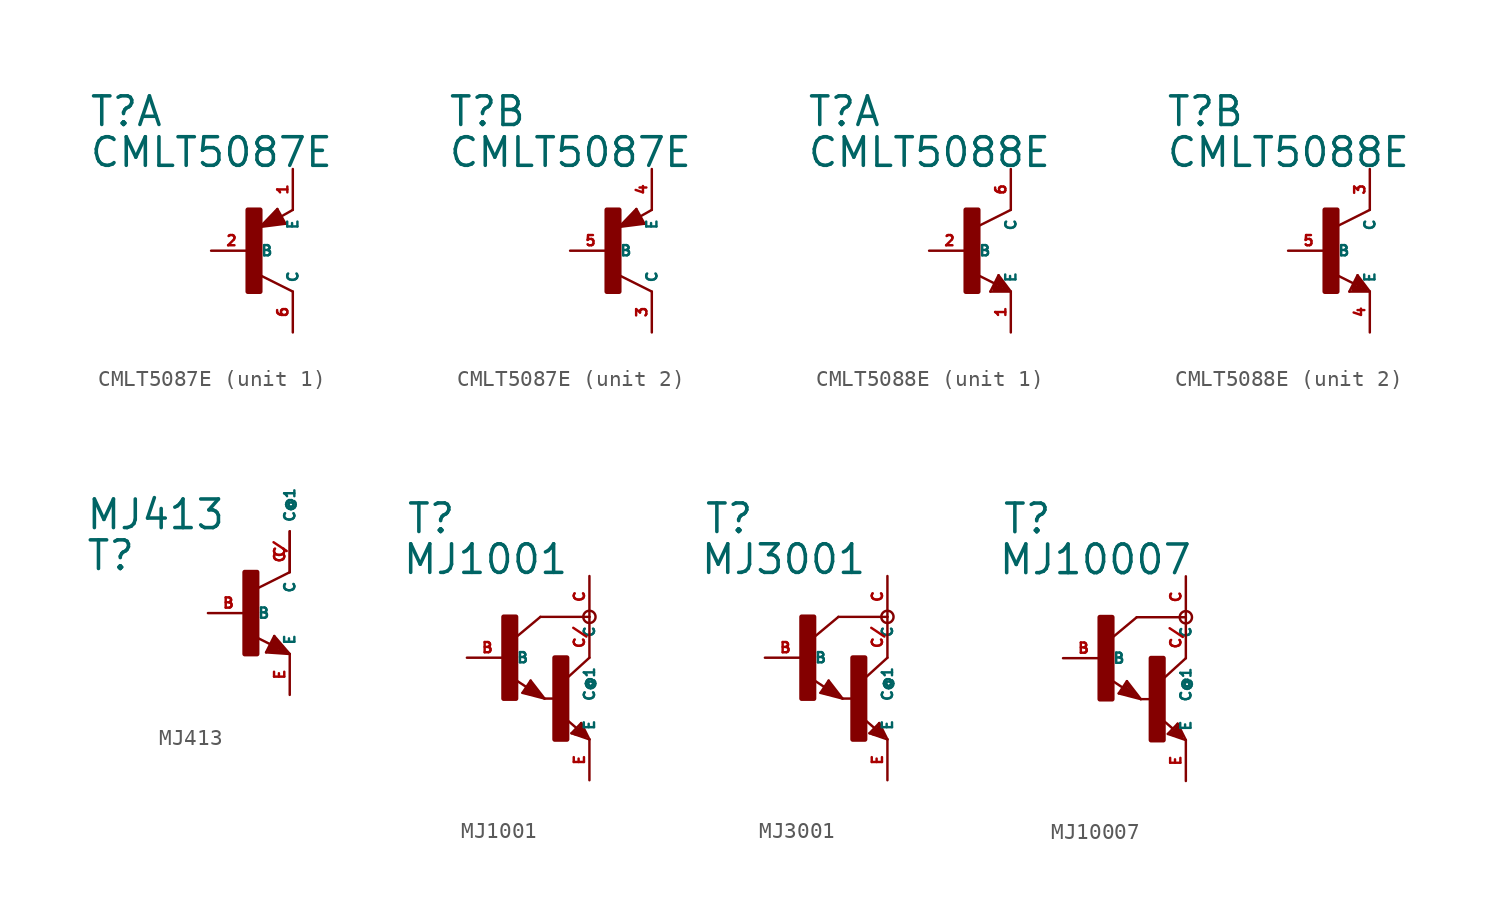
<source format=kicad_sym>
(kicad_symbol_lib
  (version 20220914)
  (generator Eagle2Kicad)
  (symbol "CMLT5087E"
    (property "Reference" "T"
      (at -10.16 7.62 0)
      (effects (font (size 1.778 1.778) (thickness 0.22)) (justify left bottom)))
    (property "Value" "CMLT5087E"
      (at -10.16 5.08 0)
      (effects (font (size 1.778 1.778) (thickness 0.22)) (justify left bottom)))
    (symbol "CMLT5087E_1_0"
      (polyline (pts (xy 2.086 1.678) (xy 1.578 2.594)) (stroke (width 0.152) (type default)) (fill (type none)))
      (polyline (pts (xy 1.578 2.594) (xy 0.516 1.478)) (stroke (width 0.152) (type default)) (fill (type none)))
      (polyline (pts (xy 0.516 1.478) (xy 2.086 1.678)) (stroke (width 0.152) (type default)) (fill (type none)))
      (polyline (pts (xy 2.54 2.54) (xy 1.808 2.124)) (stroke (width 0.152) (type default)) (fill (type none)))
      (polyline (pts (xy 2.54 -2.54) (xy 0.508 -1.524)) (stroke (width 0.152) (type default)) (fill (type none)))
      (polyline (pts (xy 1.905 1.778) (xy 1.524 2.413)) (stroke (width 0.254) (type default)) (fill (type none)))
      (polyline (pts (xy 1.524 2.413) (xy 0.762 1.651)) (stroke (width 0.254) (type default)) (fill (type none)))
      (polyline (pts (xy 0.762 1.651) (xy 1.778 1.778)) (stroke (width 0.254) (type default)) (fill (type none)))
      (polyline (pts (xy 1.778 1.778) (xy 1.524 2.159)) (stroke (width 0.254) (type default)) (fill (type none)))
      (polyline (pts (xy 1.524 2.159) (xy 1.143 1.905)) (stroke (width 0.254) (type default)) (fill (type none)))
      (polyline (pts (xy 1.143 1.905) (xy 1.524 1.905)) (stroke (width 0.254) (type default)) (fill (type none)))
      (rectangle (start -0.254 -2.54) (end 0.508 2.54) (stroke (width 0.3) (type default)) (fill (type outline)))
      (pin passive line (at -2.54 0 0) (length 2.54) (name "B" (effects (font (size 0.635 0.635) (thickness 0.08)) (justify left bottom))) (number "2" (effects (font (size 0.635 0.635) (thickness 0.08)) (justify left bottom))))
      (pin passive line (at 2.54 5.08 270) (length 2.54) (name "E" (effects (font (size 0.635 0.635) (thickness 0.08)) (justify left bottom))) (number "1" (effects (font (size 0.635 0.635) (thickness 0.08)) (justify left bottom))))
      (pin passive line (at 2.54 -5.08 90) (length 2.54) (name "C" (effects (font (size 0.635 0.635) (thickness 0.08)) (justify left bottom))) (number "6" (effects (font (size 0.635 0.635) (thickness 0.08)) (justify left bottom)))))
    (symbol "CMLT5087E_2_0"
      (polyline (pts (xy 2.086 1.678) (xy 1.578 2.594)) (stroke (width 0.152) (type default)) (fill (type none)))
      (polyline (pts (xy 1.578 2.594) (xy 0.516 1.478)) (stroke (width 0.152) (type default)) (fill (type none)))
      (polyline (pts (xy 0.516 1.478) (xy 2.086 1.678)) (stroke (width 0.152) (type default)) (fill (type none)))
      (polyline (pts (xy 2.54 2.54) (xy 1.808 2.124)) (stroke (width 0.152) (type default)) (fill (type none)))
      (polyline (pts (xy 2.54 -2.54) (xy 0.508 -1.524)) (stroke (width 0.152) (type default)) (fill (type none)))
      (polyline (pts (xy 1.905 1.778) (xy 1.524 2.413)) (stroke (width 0.254) (type default)) (fill (type none)))
      (polyline (pts (xy 1.524 2.413) (xy 0.762 1.651)) (stroke (width 0.254) (type default)) (fill (type none)))
      (polyline (pts (xy 0.762 1.651) (xy 1.778 1.778)) (stroke (width 0.254) (type default)) (fill (type none)))
      (polyline (pts (xy 1.778 1.778) (xy 1.524 2.159)) (stroke (width 0.254) (type default)) (fill (type none)))
      (polyline (pts (xy 1.524 2.159) (xy 1.143 1.905)) (stroke (width 0.254) (type default)) (fill (type none)))
      (polyline (pts (xy 1.143 1.905) (xy 1.524 1.905)) (stroke (width 0.254) (type default)) (fill (type none)))
      (rectangle (start -0.254 -2.54) (end 0.508 2.54) (stroke (width 0.3) (type default)) (fill (type outline)))
      (pin passive line (at -2.54 0 0) (length 2.54) (name "B" (effects (font (size 0.635 0.635) (thickness 0.08)) (justify left bottom))) (number "5" (effects (font (size 0.635 0.635) (thickness 0.08)) (justify left bottom))))
      (pin passive line (at 2.54 5.08 270) (length 2.54) (name "E" (effects (font (size 0.635 0.635) (thickness 0.08)) (justify left bottom))) (number "4" (effects (font (size 0.635 0.635) (thickness 0.08)) (justify left bottom))))
      (pin passive line (at 2.54 -5.08 90) (length 2.54) (name "C" (effects (font (size 0.635 0.635) (thickness 0.08)) (justify left bottom))) (number "3" (effects (font (size 0.635 0.635) (thickness 0.08)) (justify left bottom))))))
  (symbol "CMLT5088E"
    (property "Reference" "T"
      (at -10.16 7.62 0)
      (effects (font (size 1.778 1.778) (thickness 0.22)) (justify left bottom)))
    (property "Value" "CMLT5088E"
      (at -10.16 5.08 0)
      (effects (font (size 1.778 1.778) (thickness 0.22)) (justify left bottom)))
    (symbol "CMLT5088E_1_0"
      (polyline (pts (xy 2.54 2.54) (xy 0.508 1.524)) (stroke (width 0.152) (type default)) (fill (type none)))
      (polyline (pts (xy 1.778 -1.524) (xy 2.54 -2.54)) (stroke (width 0.152) (type default)) (fill (type none)))
      (polyline (pts (xy 2.54 -2.54) (xy 1.27 -2.54)) (stroke (width 0.152) (type default)) (fill (type none)))
      (polyline (pts (xy 1.27 -2.54) (xy 1.778 -1.524)) (stroke (width 0.152) (type default)) (fill (type none)))
      (polyline (pts (xy 1.54 -2.04) (xy 0.308 -1.424)) (stroke (width 0.152) (type default)) (fill (type none)))
      (polyline (pts (xy 1.524 -2.413) (xy 2.286 -2.413)) (stroke (width 0.254) (type default)) (fill (type none)))
      (polyline (pts (xy 2.286 -2.413) (xy 1.778 -1.778)) (stroke (width 0.254) (type default)) (fill (type none)))
      (polyline (pts (xy 1.778 -1.778) (xy 1.524 -2.286)) (stroke (width 0.254) (type default)) (fill (type none)))
      (polyline (pts (xy 1.524 -2.286) (xy 1.905 -2.286)) (stroke (width 0.254) (type default)) (fill (type none)))
      (polyline (pts (xy 1.905 -2.286) (xy 1.778 -2.032)) (stroke (width 0.254) (type default)) (fill (type none)))
      (rectangle (start -0.254 -2.54) (end 0.508 2.54) (stroke (width 0.3) (type default)) (fill (type outline)))
      (pin passive line (at -2.54 0 0) (length 2.54) (name "B" (effects (font (size 0.635 0.635) (thickness 0.08)) (justify left bottom))) (number "2" (effects (font (size 0.635 0.635) (thickness 0.08)) (justify left bottom))))
      (pin passive line (at 2.54 -5.08 90) (length 2.54) (name "E" (effects (font (size 0.635 0.635) (thickness 0.08)) (justify left bottom))) (number "1" (effects (font (size 0.635 0.635) (thickness 0.08)) (justify left bottom))))
      (pin passive line (at 2.54 5.08 270) (length 2.54) (name "C" (effects (font (size 0.635 0.635) (thickness 0.08)) (justify left bottom))) (number "6" (effects (font (size 0.635 0.635) (thickness 0.08)) (justify left bottom)))))
    (symbol "CMLT5088E_2_0"
      (polyline (pts (xy 2.54 2.54) (xy 0.508 1.524)) (stroke (width 0.152) (type default)) (fill (type none)))
      (polyline (pts (xy 1.778 -1.524) (xy 2.54 -2.54)) (stroke (width 0.152) (type default)) (fill (type none)))
      (polyline (pts (xy 2.54 -2.54) (xy 1.27 -2.54)) (stroke (width 0.152) (type default)) (fill (type none)))
      (polyline (pts (xy 1.27 -2.54) (xy 1.778 -1.524)) (stroke (width 0.152) (type default)) (fill (type none)))
      (polyline (pts (xy 1.54 -2.04) (xy 0.308 -1.424)) (stroke (width 0.152) (type default)) (fill (type none)))
      (polyline (pts (xy 1.524 -2.413) (xy 2.286 -2.413)) (stroke (width 0.254) (type default)) (fill (type none)))
      (polyline (pts (xy 2.286 -2.413) (xy 1.778 -1.778)) (stroke (width 0.254) (type default)) (fill (type none)))
      (polyline (pts (xy 1.778 -1.778) (xy 1.524 -2.286)) (stroke (width 0.254) (type default)) (fill (type none)))
      (polyline (pts (xy 1.524 -2.286) (xy 1.905 -2.286)) (stroke (width 0.254) (type default)) (fill (type none)))
      (polyline (pts (xy 1.905 -2.286) (xy 1.778 -2.032)) (stroke (width 0.254) (type default)) (fill (type none)))
      (rectangle (start -0.254 -2.54) (end 0.508 2.54) (stroke (width 0.3) (type default)) (fill (type outline)))
      (pin passive line (at -2.54 0 0) (length 2.54) (name "B" (effects (font (size 0.635 0.635) (thickness 0.08)) (justify left bottom))) (number "5" (effects (font (size 0.635 0.635) (thickness 0.08)) (justify left bottom))))
      (pin passive line (at 2.54 -5.08 90) (length 2.54) (name "E" (effects (font (size 0.635 0.635) (thickness 0.08)) (justify left bottom))) (number "4" (effects (font (size 0.635 0.635) (thickness 0.08)) (justify left bottom))))
      (pin passive line (at 2.54 5.08 270) (length 2.54) (name "C" (effects (font (size 0.635 0.635) (thickness 0.08)) (justify left bottom))) (number "3" (effects (font (size 0.635 0.635) (thickness 0.08)) (justify left bottom))))))
  (symbol "MJ413"
    (property "Reference" "T"
      (at -10.16 2.54 0)
      (effects (font (size 1.778 1.778) (thickness 0.22)) (justify left bottom)))
    (property "Value" "MJ413"
      (at -10.16 5.08 0)
      (effects (font (size 1.778 1.778) (thickness 0.22)) (justify left bottom)))
    (polyline
      (pts (xy 2.54 2.54) (xy 0.508 1.524))
      (stroke (width 0.152) (type default))
      (fill (type none)))
    (polyline
      (pts (xy 1.578 -1.424) (xy 2.54 -2.54))
      (stroke (width 0.152) (type default))
      (fill (type none)))
    (polyline
      (pts (xy 2.54 -2.54) (xy 1.07 -2.44))
      (stroke (width 0.152) (type default))
      (fill (type none)))
    (polyline
      (pts (xy 1.07 -2.44) (xy 1.578 -1.424))
      (stroke (width 0.152) (type default))
      (fill (type none)))
    (polyline
      (pts (xy 1.34 -1.94) (xy 0.108 -1.324))
      (stroke (width 0.152) (type default))
      (fill (type none)))
    (polyline
      (pts (xy 2.286 -2.413) (xy 1.651 -1.651))
      (stroke (width 0.254) (type default))
      (fill (type none)))
    (polyline
      (pts (xy 1.651 -1.651) (xy 1.27 -2.286))
      (stroke (width 0.254) (type default))
      (fill (type none)))
    (polyline
      (pts (xy 1.27 -2.286) (xy 2.159 -2.413))
      (stroke (width 0.254) (type default))
      (fill (type none)))
    (polyline
      (pts (xy 2.159 -2.413) (xy 1.651 -1.905))
      (stroke (width 0.254) (type default))
      (fill (type none)))
    (polyline
      (pts (xy 1.651 -1.905) (xy 1.524 -2.159))
      (stroke (width 0.254) (type default))
      (fill (type none)))
    (polyline
      (pts (xy 1.524 -2.159) (xy 1.778 -2.159))
      (stroke (width 0.254) (type default))
      (fill (type none)))
    (rectangle
      (start -0.254 -2.54)
      (end 0.508 2.54)
      (stroke (width 0.3) (type default))
      (fill (type outline)))
    (pin passive line
      (at -2.54 0 0)
      (length 2.54)
      (name "B" (effects (font (size 0.635 0.635) (thickness 0.08)) (justify left bottom)))
      (number "B" (effects (font (size 0.635 0.635) (thickness 0.08)) (justify left bottom))))
    (pin passive line
      (at 2.54 -5.08 90)
      (length 2.54)
      (name "E" (effects (font (size 0.635 0.635) (thickness 0.08)) (justify left bottom)))
      (number "E" (effects (font (size 0.635 0.635) (thickness 0.08)) (justify left bottom))))
    (pin passive line
      (at 2.54 5.08 270)
      (length 2.54)
      (name "C" (effects (font (size 0.635 0.635) (thickness 0.08)) (justify left bottom)))
      (number "C" (effects (font (size 0.635 0.635) (thickness 0.08)) (justify left bottom))))
    (pin passive line
      (at 2.54 2.54 90)
      (length 2.54)
      (name "C@1" (effects (font (size 0.635 0.635) (thickness 0.08)) (justify left bottom)))
      (number "C/" (effects (font (size 0.635 0.635) (thickness 0.08)) (justify left bottom)))))
  (symbol "MJ1001"
    (property "Reference" "T"
      (at -6.35 7.62 0)
      (effects (font (size 1.778 1.778) (thickness 0.22)) (justify left bottom)))
    (property "Value" "MJ1001"
      (at -6.604 5.08 0)
      (effects (font (size 1.778 1.778) (thickness 0.22)) (justify left bottom)))
    (polyline
      (pts (xy 5.08 2.54) (xy 2.032 2.54))
      (stroke (width 0.152) (type default))
      (fill (type none)))
    (polyline
      (pts (xy 1.424 -1.424) (xy 2.286 -2.54))
      (stroke (width 0.152) (type default))
      (fill (type none)))
    (polyline
      (pts (xy 2.921 -2.54) (xy 2.286 -2.54))
      (stroke (width 0.152) (type default))
      (fill (type none)))
    (polyline
      (pts (xy 0.916 -2.186) (xy 1.424 -1.424))
      (stroke (width 0.152) (type default))
      (fill (type none)))
    (polyline
      (pts (xy 2.286 -2.54) (xy 0.916 -2.186))
      (stroke (width 0.152) (type default))
      (fill (type none)))
    (polyline
      (pts (xy 2.032 2.54) (xy 0.508 1.27))
      (stroke (width 0.152) (type default))
      (fill (type none)))
    (polyline
      (pts (xy 5.08 0) (xy 3.683 -1.27))
      (stroke (width 0.152) (type default))
      (fill (type none)))
    (polyline
      (pts (xy 5.08 -5.08) (xy 3.964 -4.699))
      (stroke (width 0.152) (type default))
      (fill (type none)))
    (polyline
      (pts (xy 4.572 -4.064) (xy 5.08 -5.08))
      (stroke (width 0.152) (type default))
      (fill (type none)))
    (polyline
      (pts (xy 3.964 -4.699) (xy 4.572 -4.064))
      (stroke (width 0.152) (type default))
      (fill (type none)))
    (polyline
      (pts (xy 1.186 -1.84) (xy 0.208 -1.197))
      (stroke (width 0.152) (type default))
      (fill (type none)))
    (polyline
      (pts (xy 4.28 -4.38) (xy 3.383 -3.61))
      (stroke (width 0.152) (type default))
      (fill (type none)))
    (polyline
      (pts (xy 4.826 -4.826) (xy 4.572 -4.318))
      (stroke (width 0.254) (type default))
      (fill (type none)))
    (polyline
      (pts (xy 4.572 -4.318) (xy 4.191 -4.699))
      (stroke (width 0.254) (type default))
      (fill (type none)))
    (polyline
      (pts (xy 4.191 -4.699) (xy 4.826 -4.826))
      (stroke (width 0.254) (type default))
      (fill (type none)))
    (polyline
      (pts (xy 4.826 -4.826) (xy 4.445 -4.572))
      (stroke (width 0.254) (type default))
      (fill (type none)))
    (polyline
      (pts (xy 2.159 -2.413) (xy 1.397 -1.524))
      (stroke (width 0.127) (type default))
      (fill (type none)))
    (polyline
      (pts (xy 1.397 -1.524) (xy 1.016 -2.159))
      (stroke (width 0.127) (type default))
      (fill (type none)))
    (polyline
      (pts (xy 1.016 -2.159) (xy 2.032 -2.413))
      (stroke (width 0.127) (type default))
      (fill (type none)))
    (polyline
      (pts (xy 2.032 -2.413) (xy 1.397 -1.651))
      (stroke (width 0.127) (type default))
      (fill (type none)))
    (polyline
      (pts (xy 1.397 -1.651) (xy 1.143 -2.032))
      (stroke (width 0.254) (type default))
      (fill (type none)))
    (polyline
      (pts (xy 1.143 -2.032) (xy 1.778 -2.286))
      (stroke (width 0.254) (type default))
      (fill (type none)))
    (polyline
      (pts (xy 1.778 -2.286) (xy 1.397 -1.905))
      (stroke (width 0.254) (type default))
      (fill (type none)))
    (circle
      (center 5.08 2.54)
      (radius 0.381)
      (stroke (width 0) (type default))
      (fill (type none)))
    (rectangle
      (start -0.254 -2.54)
      (end 0.508 2.54)
      (stroke (width 0.3) (type default))
      (fill (type outline)))
    (rectangle
      (start 2.921 -5.08)
      (end 3.683 0)
      (stroke (width 0.3) (type default))
      (fill (type outline)))
    (pin passive line
      (at -2.54 0 0)
      (length 2.54)
      (name "B" (effects (font (size 0.635 0.635) (thickness 0.08)) (justify left bottom)))
      (number "B" (effects (font (size 0.635 0.635) (thickness 0.08)) (justify left bottom))))
    (pin passive line
      (at 5.08 -7.62 90)
      (length 2.54)
      (name "E" (effects (font (size 0.635 0.635) (thickness 0.08)) (justify left bottom)))
      (number "E" (effects (font (size 0.635 0.635) (thickness 0.08)) (justify left bottom))))
    (pin passive line
      (at 5.08 5.08 270)
      (length 2.54)
      (name "C" (effects (font (size 0.635 0.635) (thickness 0.08)) (justify left bottom)))
      (number "C" (effects (font (size 0.635 0.635) (thickness 0.08)) (justify left bottom))))
    (pin passive line
      (at 5.08 2.54 270)
      (length 2.54)
      (name "C@1" (effects (font (size 0.635 0.635) (thickness 0.08)) (justify left bottom)))
      (number "C/" (effects (font (size 0.635 0.635) (thickness 0.08)) (justify left bottom)))))
  (symbol "MJ3001"
    (property "Reference" "T"
      (at -6.35 7.62 0)
      (effects (font (size 1.778 1.778) (thickness 0.22)) (justify left bottom)))
    (property "Value" "MJ3001"
      (at -6.604 5.08 0)
      (effects (font (size 1.778 1.778) (thickness 0.22)) (justify left bottom)))
    (polyline
      (pts (xy 5.08 2.54) (xy 2.032 2.54))
      (stroke (width 0.152) (type default))
      (fill (type none)))
    (polyline
      (pts (xy 1.424 -1.424) (xy 2.286 -2.54))
      (stroke (width 0.152) (type default))
      (fill (type none)))
    (polyline
      (pts (xy 2.921 -2.54) (xy 2.286 -2.54))
      (stroke (width 0.152) (type default))
      (fill (type none)))
    (polyline
      (pts (xy 0.916 -2.186) (xy 1.424 -1.424))
      (stroke (width 0.152) (type default))
      (fill (type none)))
    (polyline
      (pts (xy 2.286 -2.54) (xy 0.916 -2.186))
      (stroke (width 0.152) (type default))
      (fill (type none)))
    (polyline
      (pts (xy 2.032 2.54) (xy 0.508 1.27))
      (stroke (width 0.152) (type default))
      (fill (type none)))
    (polyline
      (pts (xy 5.08 0) (xy 3.683 -1.27))
      (stroke (width 0.152) (type default))
      (fill (type none)))
    (polyline
      (pts (xy 5.08 -5.08) (xy 3.964 -4.699))
      (stroke (width 0.152) (type default))
      (fill (type none)))
    (polyline
      (pts (xy 4.572 -4.064) (xy 5.08 -5.08))
      (stroke (width 0.152) (type default))
      (fill (type none)))
    (polyline
      (pts (xy 3.964 -4.699) (xy 4.572 -4.064))
      (stroke (width 0.152) (type default))
      (fill (type none)))
    (polyline
      (pts (xy 1.186 -1.84) (xy 0.208 -1.197))
      (stroke (width 0.152) (type default))
      (fill (type none)))
    (polyline
      (pts (xy 4.28 -4.38) (xy 3.383 -3.61))
      (stroke (width 0.152) (type default))
      (fill (type none)))
    (polyline
      (pts (xy 4.826 -4.826) (xy 4.572 -4.318))
      (stroke (width 0.254) (type default))
      (fill (type none)))
    (polyline
      (pts (xy 4.572 -4.318) (xy 4.191 -4.699))
      (stroke (width 0.254) (type default))
      (fill (type none)))
    (polyline
      (pts (xy 4.191 -4.699) (xy 4.826 -4.826))
      (stroke (width 0.254) (type default))
      (fill (type none)))
    (polyline
      (pts (xy 4.826 -4.826) (xy 4.445 -4.572))
      (stroke (width 0.254) (type default))
      (fill (type none)))
    (polyline
      (pts (xy 2.159 -2.413) (xy 1.397 -1.524))
      (stroke (width 0.127) (type default))
      (fill (type none)))
    (polyline
      (pts (xy 1.397 -1.524) (xy 1.016 -2.159))
      (stroke (width 0.127) (type default))
      (fill (type none)))
    (polyline
      (pts (xy 1.016 -2.159) (xy 2.032 -2.413))
      (stroke (width 0.127) (type default))
      (fill (type none)))
    (polyline
      (pts (xy 2.032 -2.413) (xy 1.397 -1.651))
      (stroke (width 0.127) (type default))
      (fill (type none)))
    (polyline
      (pts (xy 1.397 -1.651) (xy 1.143 -2.032))
      (stroke (width 0.254) (type default))
      (fill (type none)))
    (polyline
      (pts (xy 1.143 -2.032) (xy 1.778 -2.286))
      (stroke (width 0.254) (type default))
      (fill (type none)))
    (polyline
      (pts (xy 1.778 -2.286) (xy 1.397 -1.905))
      (stroke (width 0.254) (type default))
      (fill (type none)))
    (circle
      (center 5.08 2.54)
      (radius 0.381)
      (stroke (width 0) (type default))
      (fill (type none)))
    (rectangle
      (start -0.254 -2.54)
      (end 0.508 2.54)
      (stroke (width 0.3) (type default))
      (fill (type outline)))
    (rectangle
      (start 2.921 -5.08)
      (end 3.683 0)
      (stroke (width 0.3) (type default))
      (fill (type outline)))
    (pin passive line
      (at -2.54 0 0)
      (length 2.54)
      (name "B" (effects (font (size 0.635 0.635) (thickness 0.08)) (justify left bottom)))
      (number "B" (effects (font (size 0.635 0.635) (thickness 0.08)) (justify left bottom))))
    (pin passive line
      (at 5.08 -7.62 90)
      (length 2.54)
      (name "E" (effects (font (size 0.635 0.635) (thickness 0.08)) (justify left bottom)))
      (number "E" (effects (font (size 0.635 0.635) (thickness 0.08)) (justify left bottom))))
    (pin passive line
      (at 5.08 5.08 270)
      (length 2.54)
      (name "C" (effects (font (size 0.635 0.635) (thickness 0.08)) (justify left bottom)))
      (number "C" (effects (font (size 0.635 0.635) (thickness 0.08)) (justify left bottom))))
    (pin passive line
      (at 5.08 2.54 270)
      (length 2.54)
      (name "C@1" (effects (font (size 0.635 0.635) (thickness 0.08)) (justify left bottom)))
      (number "C/" (effects (font (size 0.635 0.635) (thickness 0.08)) (justify left bottom)))))
  (symbol "MJ10007"
    (property "Reference" "T"
      (at -6.35 7.62 0)
      (effects (font (size 1.778 1.778) (thickness 0.22)) (justify left bottom)))
    (property "Value" "MJ10007"
      (at -6.604 5.08 0)
      (effects (font (size 1.778 1.778) (thickness 0.22)) (justify left bottom)))
    (polyline
      (pts (xy 5.08 2.54) (xy 2.032 2.54))
      (stroke (width 0.152) (type default))
      (fill (type none)))
    (polyline
      (pts (xy 1.424 -1.424) (xy 2.286 -2.54))
      (stroke (width 0.152) (type default))
      (fill (type none)))
    (polyline
      (pts (xy 2.921 -2.54) (xy 2.286 -2.54))
      (stroke (width 0.152) (type default))
      (fill (type none)))
    (polyline
      (pts (xy 0.916 -2.186) (xy 1.424 -1.424))
      (stroke (width 0.152) (type default))
      (fill (type none)))
    (polyline
      (pts (xy 2.286 -2.54) (xy 0.916 -2.186))
      (stroke (width 0.152) (type default))
      (fill (type none)))
    (polyline
      (pts (xy 2.032 2.54) (xy 0.508 1.27))
      (stroke (width 0.152) (type default))
      (fill (type none)))
    (polyline
      (pts (xy 5.08 0) (xy 3.683 -1.27))
      (stroke (width 0.152) (type default))
      (fill (type none)))
    (polyline
      (pts (xy 5.08 -5.08) (xy 3.964 -4.699))
      (stroke (width 0.152) (type default))
      (fill (type none)))
    (polyline
      (pts (xy 4.572 -4.064) (xy 5.08 -5.08))
      (stroke (width 0.152) (type default))
      (fill (type none)))
    (polyline
      (pts (xy 3.964 -4.699) (xy 4.572 -4.064))
      (stroke (width 0.152) (type default))
      (fill (type none)))
    (polyline
      (pts (xy 1.186 -1.84) (xy 0.208 -1.197))
      (stroke (width 0.152) (type default))
      (fill (type none)))
    (polyline
      (pts (xy 4.28 -4.38) (xy 3.383 -3.61))
      (stroke (width 0.152) (type default))
      (fill (type none)))
    (polyline
      (pts (xy 4.826 -4.826) (xy 4.572 -4.318))
      (stroke (width 0.254) (type default))
      (fill (type none)))
    (polyline
      (pts (xy 4.572 -4.318) (xy 4.191 -4.699))
      (stroke (width 0.254) (type default))
      (fill (type none)))
    (polyline
      (pts (xy 4.191 -4.699) (xy 4.826 -4.826))
      (stroke (width 0.254) (type default))
      (fill (type none)))
    (polyline
      (pts (xy 4.826 -4.826) (xy 4.445 -4.572))
      (stroke (width 0.254) (type default))
      (fill (type none)))
    (polyline
      (pts (xy 2.159 -2.413) (xy 1.397 -1.524))
      (stroke (width 0.127) (type default))
      (fill (type none)))
    (polyline
      (pts (xy 1.397 -1.524) (xy 1.016 -2.159))
      (stroke (width 0.127) (type default))
      (fill (type none)))
    (polyline
      (pts (xy 1.016 -2.159) (xy 2.032 -2.413))
      (stroke (width 0.127) (type default))
      (fill (type none)))
    (polyline
      (pts (xy 2.032 -2.413) (xy 1.397 -1.651))
      (stroke (width 0.127) (type default))
      (fill (type none)))
    (polyline
      (pts (xy 1.397 -1.651) (xy 1.143 -2.032))
      (stroke (width 0.254) (type default))
      (fill (type none)))
    (polyline
      (pts (xy 1.143 -2.032) (xy 1.778 -2.286))
      (stroke (width 0.254) (type default))
      (fill (type none)))
    (polyline
      (pts (xy 1.778 -2.286) (xy 1.397 -1.905))
      (stroke (width 0.254) (type default))
      (fill (type none)))
    (circle
      (center 5.08 2.54)
      (radius 0.381)
      (stroke (width 0) (type default))
      (fill (type none)))
    (rectangle
      (start -0.254 -2.54)
      (end 0.508 2.54)
      (stroke (width 0.3) (type default))
      (fill (type outline)))
    (rectangle
      (start 2.921 -5.08)
      (end 3.683 0)
      (stroke (width 0.3) (type default))
      (fill (type outline)))
    (pin passive line
      (at -2.54 0 0)
      (length 2.54)
      (name "B" (effects (font (size 0.635 0.635) (thickness 0.08)) (justify left bottom)))
      (number "B" (effects (font (size 0.635 0.635) (thickness 0.08)) (justify left bottom))))
    (pin passive line
      (at 5.08 -7.62 90)
      (length 2.54)
      (name "E" (effects (font (size 0.635 0.635) (thickness 0.08)) (justify left bottom)))
      (number "E" (effects (font (size 0.635 0.635) (thickness 0.08)) (justify left bottom))))
    (pin passive line
      (at 5.08 5.08 270)
      (length 2.54)
      (name "C" (effects (font (size 0.635 0.635) (thickness 0.08)) (justify left bottom)))
      (number "C" (effects (font (size 0.635 0.635) (thickness 0.08)) (justify left bottom))))
    (pin passive line
      (at 5.08 2.54 270)
      (length 2.54)
      (name "C@1" (effects (font (size 0.635 0.635) (thickness 0.08)) (justify left bottom)))
      (number "C/" (effects (font (size 0.635 0.635) (thickness 0.08)) (justify left bottom))))))
</source>
